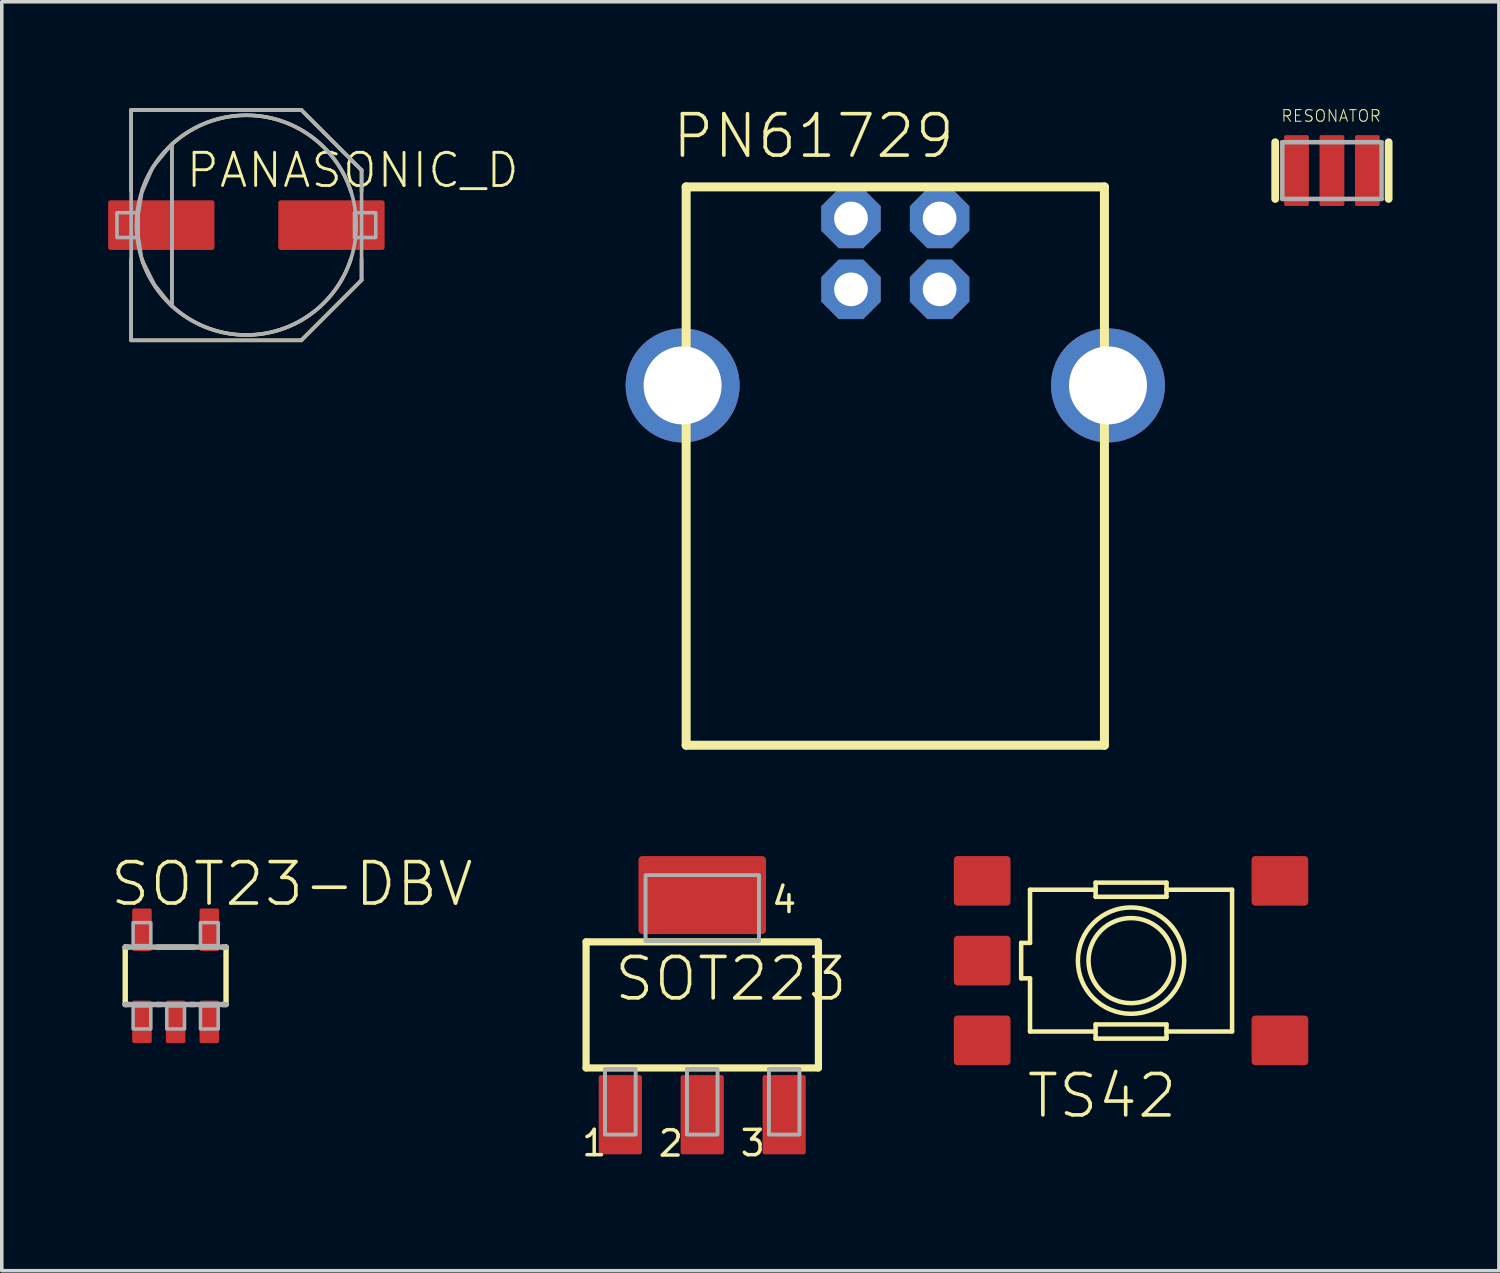
<source format=kicad_pcb>
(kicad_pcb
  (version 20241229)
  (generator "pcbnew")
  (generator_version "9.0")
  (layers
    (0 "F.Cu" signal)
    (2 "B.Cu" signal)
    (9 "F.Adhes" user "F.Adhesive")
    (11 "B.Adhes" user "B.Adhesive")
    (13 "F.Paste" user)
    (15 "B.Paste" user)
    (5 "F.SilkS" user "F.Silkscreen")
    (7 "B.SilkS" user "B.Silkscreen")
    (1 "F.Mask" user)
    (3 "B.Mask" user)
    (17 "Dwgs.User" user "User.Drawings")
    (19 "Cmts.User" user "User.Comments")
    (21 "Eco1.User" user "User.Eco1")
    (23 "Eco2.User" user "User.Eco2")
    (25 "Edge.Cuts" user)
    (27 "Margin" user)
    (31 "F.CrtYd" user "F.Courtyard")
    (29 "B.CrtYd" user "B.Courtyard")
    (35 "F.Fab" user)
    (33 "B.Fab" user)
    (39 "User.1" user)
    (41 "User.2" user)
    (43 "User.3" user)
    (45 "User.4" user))
  (footprint "PANASONIC_D"
    (layer "F.Cu")
    (at 3.9 3.301)
    (property "Reference" "PANASONIC_D" (at -1.75 -1 0) (unlocked yes) (layer "F.SilkS") (effects (font (size 0.935 0.935) (thickness 0.081)) (justify left bottom)))
    (fp_line (start -3.25 -3.25) (end 1.55 -3.25) (stroke (width 0.102) (type solid)) (layer "F.SilkS"))
    (fp_line (start -3.25 -0.95) (end -3.25 -3.25) (stroke (width 0.102) (type solid)) (layer "F.SilkS"))
    (fp_line (start -3.25 3.25) (end -3.25 0.95) (stroke (width 0.102) (type solid)) (layer "F.SilkS"))
    (fp_line (start 1.55 -3.25) (end 3.25 -1.55) (stroke (width 0.102) (type solid)) (layer "F.SilkS"))
    (fp_line (start 1.55 3.25) (end -3.25 3.25) (stroke (width 0.102) (type solid)) (layer "F.SilkS"))
    (fp_line (start 3.25 -1.55) (end 3.25 -0.95) (stroke (width 0.102) (type solid)) (layer "F.SilkS"))
    (fp_line (start 3.25 0.95) (end 3.25 1.55) (stroke (width 0.102) (type solid)) (layer "F.SilkS"))
    (fp_line (start 3.25 1.55) (end 1.55 3.25) (stroke (width 0.102) (type solid)) (layer "F.SilkS"))
    (fp_arc (start -2.95 -0.95) (mid 0 -3.099193) (end 2.95 -0.95) (stroke (width 0.1016) (type solid)) (layer "F.SilkS"))
    (fp_arc (start 2.95 0.95) (mid 0 3.099193) (end -2.95 0.95) (stroke (width 0.1016) (type solid)) (layer "F.SilkS"))
    (fp_line (start -3.25 -3.25) (end 1.55 -3.25) (stroke (width 0.102) (type solid)) (layer "F.Fab"))
    (fp_line (start -3.25 3.25) (end -3.25 -3.25) (stroke (width 0.102) (type solid)) (layer "F.Fab"))
    (fp_line (start -2.1 -2.25) (end -2.1 2.2) (stroke (width 0.102) (type solid)) (layer "F.Fab"))
    (fp_line (start 1.55 -3.25) (end 3.25 -1.55) (stroke (width 0.102) (type solid)) (layer "F.Fab"))
    (fp_line (start 1.55 3.25) (end -3.25 3.25) (stroke (width 0.102) (type solid)) (layer "F.Fab"))
    (fp_line (start 3.25 -1.55) (end 3.25 1.55) (stroke (width 0.102) (type solid)) (layer "F.Fab"))
    (fp_line (start 3.25 1.55) (end 1.55 3.25) (stroke (width 0.102) (type solid)) (layer "F.Fab"))
    (fp_circle (center 0 0) (end 3.1 0) (stroke (width 0.102) (type solid)) (fill no) (layer "F.Fab"))
    (fp_poly (pts (xy -3.65 0.35) (xy -3.05 0.35) (xy -3.05 -0.35) (xy -3.65 -0.35)) (stroke (width 0.1) (type default)) (fill no) (layer "F.Fab"))
    (fp_poly (pts (xy 3.05 0.35) (xy 3.65 0.35) (xy 3.65 -0.35) (xy 3.05 -0.35)) (stroke (width 0.1) (type default)) (fill no) (layer "F.Fab"))
    (fp_poly (pts (xy -2.099 2.295) (xy -2.593 1.678) (xy -2.949 0.966) (xy -3.101 -0.00022) (xy -2.949 -0.914) (xy -2.644 -1.627) (xy -2.099 -2.292)) (stroke (width 0.1) (type default)) (fill no) (layer "F.Fab"))
    (pad "+" smd roundrect (at 2.4 0) (size 3 1.4) (layers "F.Cu" "F.Mask" "F.Paste") (roundrect_rratio 0.05))
    (pad "-" smd roundrect (at -2.4 0) (size 3 1.4) (layers "F.Cu" "F.Mask" "F.Paste") (roundrect_rratio 0.05)))
  (footprint "SOT223"
    (layer "F.Cu")
    (at 16.761 25.299)
    (property "Reference" "SOT223" (at -2.54 -0.051 0) (unlocked yes) (layer "F.SilkS") (effects (font (size 1.168 1.168) (thickness 0.102)) (justify left bottom)))
    (fp_line (start -3.277 -1.778) (end 3.277 -1.778) (stroke (width 0.203) (type solid)) (layer "F.SilkS"))
    (fp_line (start -3.277 1.778) (end -3.277 -1.778) (stroke (width 0.203) (type solid)) (layer "F.SilkS"))
    (fp_line (start 3.277 -1.778) (end 3.277 1.778) (stroke (width 0.203) (type solid)) (layer "F.SilkS"))
    (fp_line (start 3.277 1.778) (end -3.277 1.778) (stroke (width 0.203) (type solid)) (layer "F.SilkS"))
    (fp_poly (pts (xy -2.743 3.658) (xy -1.88 3.658) (xy -1.88 1.803) (xy -2.743 1.803)) (stroke (width 0.1) (type default)) (fill no) (layer "F.Fab"))
    (fp_poly (pts (xy -2.743 3.658) (xy -1.88 3.658) (xy -1.88 1.803) (xy -2.743 1.803)) (stroke (width 0.1) (type default)) (fill no) (layer "F.Fab"))
    (fp_poly (pts (xy -1.6 -1.803) (xy 1.6 -1.803) (xy 1.6 -3.658) (xy -1.6 -3.658)) (stroke (width 0.1) (type default)) (fill no) (layer "F.Fab"))
    (fp_poly (pts (xy -1.6 -1.803) (xy 1.6 -1.803) (xy 1.6 -3.658) (xy -1.6 -3.658)) (stroke (width 0.1) (type default)) (fill no) (layer "F.Fab"))
    (fp_poly (pts (xy -0.432 3.658) (xy 0.432 3.658) (xy 0.432 1.803) (xy -0.432 1.803)) (stroke (width 0.1) (type default)) (fill no) (layer "F.Fab"))
    (fp_poly (pts (xy -0.432 3.658) (xy 0.432 3.658) (xy 0.432 1.803) (xy -0.432 1.803)) (stroke (width 0.1) (type default)) (fill no) (layer "F.Fab"))
    (fp_poly (pts (xy 1.88 3.658) (xy 2.743 3.658) (xy 2.743 1.803) (xy 1.88 1.803)) (stroke (width 0.1) (type default)) (fill no) (layer "F.Fab"))
    (fp_poly (pts (xy 1.88 3.658) (xy 2.743 3.658) (xy 2.743 1.803) (xy 1.88 1.803)) (stroke (width 0.1) (type default)) (fill no) (layer "F.Fab"))
    (fp_text user "2" (at -1.291 4.327 0) (unlocked yes) (layer "F.SilkS") (effects (font (size 0.715 0.715) (thickness 0.098)) (justify left bottom)))
    (fp_text user "1" (at -3.453 4.318 0) (unlocked yes) (layer "F.SilkS") (effects (font (size 0.715 0.715) (thickness 0.098)) (justify left bottom)))
    (fp_text user "4" (at 1.905 -2.54 0) (unlocked yes) (layer "F.SilkS") (effects (font (size 0.715 0.715) (thickness 0.098)) (justify left bottom)))
    (fp_text user "3" (at 1.021 4.318 0) (unlocked yes) (layer "F.SilkS") (effects (font (size 0.715 0.715) (thickness 0.098)) (justify left bottom)))
    (pad "1" smd roundrect (at -2.311 3.099) (size 1.219 2.235) (layers "F.Cu" "F.Mask" "F.Paste") (roundrect_rratio 0.05))
    (pad "2" smd roundrect (at 0 3.099) (size 1.219 2.235) (layers "F.Cu" "F.Mask" "F.Paste") (roundrect_rratio 0.05))
    (pad "3" smd roundrect (at 2.311 3.099) (size 1.219 2.235) (layers "F.Cu" "F.Mask" "F.Paste") (roundrect_rratio 0.05))
    (pad "4" smd roundrect (at 0 -3.099) (size 3.6 2.2) (layers "F.Cu" "F.Mask" "F.Paste") (roundrect_rratio 0.05)))
  (footprint "SOT23-DBV"
    (layer "F.Cu")
    (at 1.905 24.478)
    (property "Reference" "SOT23-DBV" (at -1.905 -1.905 0) (unlocked yes) (layer "F.SilkS") (effects (font (size 1.168 1.168) (thickness 0.102)) (justify left bottom)))
    (fp_line (start -1.422 -0.81) (end -1.328 -0.81) (stroke (width 0.152) (type solid)) (layer "F.SilkS"))
    (fp_line (start -1.422 0.81) (end -1.422 -0.81) (stroke (width 0.152) (type solid)) (layer "F.SilkS"))
    (fp_line (start -1.328 0.81) (end -1.422 0.81) (stroke (width 0.152) (type solid)) (layer "F.SilkS"))
    (fp_line (start -0.522 -0.81) (end 0.522 -0.81) (stroke (width 0.152) (type solid)) (layer "F.SilkS"))
    (fp_line (start -0.428 0.81) (end -0.522 0.81) (stroke (width 0.152) (type solid)) (layer "F.SilkS"))
    (fp_line (start 0.522 0.81) (end 0.428 0.81) (stroke (width 0.152) (type solid)) (layer "F.SilkS"))
    (fp_line (start 1.328 -0.81) (end 1.422 -0.81) (stroke (width 0.152) (type solid)) (layer "F.SilkS"))
    (fp_line (start 1.422 -0.81) (end 1.422 0.81) (stroke (width 0.152) (type solid)) (layer "F.SilkS"))
    (fp_line (start 1.422 0.81) (end 1.328 0.81) (stroke (width 0.152) (type solid)) (layer "F.SilkS"))
    (fp_line (start -1.422 -0.81) (end 1.422 -0.81) (stroke (width 0.152) (type solid)) (layer "F.Fab"))
    (fp_line (start 1.422 0.81) (end -1.422 0.81) (stroke (width 0.152) (type solid)) (layer "F.Fab"))
    (fp_poly (pts (xy -1.2 -0.85) (xy -0.7 -0.85) (xy -0.7 -1.5) (xy -1.2 -1.5)) (stroke (width 0.1) (type default)) (fill no) (layer "F.Fab"))
    (fp_poly (pts (xy -1.2 1.5) (xy -0.7 1.5) (xy -0.7 0.85) (xy -1.2 0.85)) (stroke (width 0.1) (type default)) (fill no) (layer "F.Fab"))
    (fp_poly (pts (xy -0.25 1.5) (xy 0.25 1.5) (xy 0.25 0.85) (xy -0.25 0.85)) (stroke (width 0.1) (type default)) (fill no) (layer "F.Fab"))
    (fp_poly (pts (xy 0.7 -0.85) (xy 1.2 -0.85) (xy 1.2 -1.5) (xy 0.7 -1.5)) (stroke (width 0.1) (type default)) (fill no) (layer "F.Fab"))
    (fp_poly (pts (xy 0.7 1.5) (xy 1.2 1.5) (xy 1.2 0.85) (xy 0.7 0.85)) (stroke (width 0.1) (type default)) (fill no) (layer "F.Fab"))
    (pad "1" smd roundrect (at -0.95 1.3) (size 0.55 1.2) (layers "F.Cu" "F.Mask" "F.Paste") (roundrect_rratio 0.092))
    (pad "2" smd roundrect (at 0 1.3) (size 0.55 1.2) (layers "F.Cu" "F.Mask" "F.Paste") (roundrect_rratio 0.092))
    (pad "3" smd roundrect (at 0.95 1.3) (size 0.55 1.2) (layers "F.Cu" "F.Mask" "F.Paste") (roundrect_rratio 0.092))
    (pad "4" smd roundrect (at 0.95 -1.3) (size 0.55 1.2) (layers "F.Cu" "F.Mask" "F.Paste") (roundrect_rratio 0.092))
    (pad "5" smd roundrect (at -0.95 -1.3) (size 0.55 1.2) (layers "F.Cu" "F.Mask" "F.Paste") (roundrect_rratio 0.092)))
  (footprint "PN61729"
    (layer "F.Cu")
    (at 22.207 7.823)
    (property "Reference" "PN61729" (at -6.35 -6.35 0) (unlocked yes) (layer "F.SilkS") (effects (font (size 1.168 1.168) (thickness 0.102)) (justify left bottom)))
    (fp_line (start -5.9 -5.6) (end -5.9 10.15) (stroke (width 0.254) (type solid)) (layer "F.SilkS"))
    (fp_line (start -5.9 10.15) (end 5.9 10.15) (stroke (width 0.254) (type solid)) (layer "F.SilkS"))
    (fp_line (start 5.9 -5.6) (end -5.9 -5.6) (stroke (width 0.254) (type solid)) (layer "F.SilkS"))
    (fp_line (start 5.9 10.15) (end 5.9 -5.6) (stroke (width 0.254) (type solid)) (layer "F.SilkS"))
    (pad "1" thru_hole roundrect (at 1.25 -4.71) (size 1.676 1.676) (drill 0.95) (layers "*.Cu" "*.Mask") (roundrect_rratio 0.25) (chamfer_ratio 0.293) (chamfer top_left top_right bottom_left bottom_right))
    (pad "2" thru_hole roundrect (at -1.25 -4.71) (size 1.676 1.676) (drill 0.95) (layers "*.Cu" "*.Mask") (roundrect_rratio 0.25) (chamfer_ratio 0.293) (chamfer top_left top_right bottom_left bottom_right))
    (pad "3" thru_hole roundrect (at -1.25 -2.71) (size 1.676 1.676) (drill 0.95) (layers "*.Cu" "*.Mask") (roundrect_rratio 0.25) (chamfer_ratio 0.293) (chamfer top_left top_right bottom_left bottom_right))
    (pad "4" thru_hole roundrect (at 1.25 -2.71) (size 1.676 1.676) (drill 0.95) (layers "*.Cu" "*.Mask") (roundrect_rratio 0.25) (chamfer_ratio 0.293) (chamfer top_left top_right bottom_left bottom_right))
    (pad "P$1" thru_hole circle (at -6 0) (size 3.216 3.216) (drill 2.2) (layers "*.Cu" "*.Mask"))
    (pad "P$2" thru_hole circle (at 6 0) (size 3.216 3.216) (drill 2.2) (layers "*.Cu" "*.Mask")))
  (footprint "TS42"
    (layer "F.Cu")
    (at 28.858 24.05)
    (property "Reference" "TS42" (at -3 4.5 0) (unlocked yes) (layer "F.SilkS") (effects (font (size 1.168 1.168) (thickness 0.102)) (justify left bottom)))
    (fp_line (start -3.1 -0.5) (end -3.1 0.5) (stroke (width 0.127) (type solid)) (layer "F.SilkS"))
    (fp_line (start -3.1 0.5) (end -2.85 0.5) (stroke (width 0.127) (type solid)) (layer "F.SilkS"))
    (fp_line (start -2.85 -2) (end -2.85 -0.5) (stroke (width 0.127) (type solid)) (layer "F.SilkS"))
    (fp_line (start -2.85 -2) (end -1 -2) (stroke (width 0.127) (type solid)) (layer "F.SilkS"))
    (fp_line (start -2.85 -0.5) (end -3.1 -0.5) (stroke (width 0.127) (type solid)) (layer "F.SilkS"))
    (fp_line (start -2.85 0.5) (end -2.85 2) (stroke (width 0.127) (type solid)) (layer "F.SilkS"))
    (fp_line (start -1 -2.2) (end -1 -2) (stroke (width 0.127) (type solid)) (layer "F.SilkS"))
    (fp_line (start -1 -2) (end -1 -1.8) (stroke (width 0.127) (type solid)) (layer "F.SilkS"))
    (fp_line (start -1 -1.8) (end 1 -1.8) (stroke (width 0.127) (type solid)) (layer "F.SilkS"))
    (fp_line (start -1 1.8) (end -1 2) (stroke (width 0.127) (type solid)) (layer "F.SilkS"))
    (fp_line (start -1 2) (end -2.85 2) (stroke (width 0.127) (type solid)) (layer "F.SilkS"))
    (fp_line (start -1 2) (end -1 2.2) (stroke (width 0.127) (type solid)) (layer "F.SilkS"))
    (fp_line (start -1 2.2) (end 1 2.2) (stroke (width 0.127) (type solid)) (layer "F.SilkS"))
    (fp_line (start 1 -2.2) (end -1 -2.2) (stroke (width 0.127) (type solid)) (layer "F.SilkS"))
    (fp_line (start 1 -2) (end 1 -2.2) (stroke (width 0.127) (type solid)) (layer "F.SilkS"))
    (fp_line (start 1 -2) (end 2.85 -2) (stroke (width 0.127) (type solid)) (layer "F.SilkS"))
    (fp_line (start 1 -1.8) (end 1 -2) (stroke (width 0.127) (type solid)) (layer "F.SilkS"))
    (fp_line (start 1 1.8) (end -1 1.8) (stroke (width 0.127) (type solid)) (layer "F.SilkS"))
    (fp_line (start 1 2) (end 1 1.8) (stroke (width 0.127) (type solid)) (layer "F.SilkS"))
    (fp_line (start 1 2) (end 2.85 2) (stroke (width 0.127) (type solid)) (layer "F.SilkS"))
    (fp_line (start 1 2.2) (end 1 2) (stroke (width 0.127) (type solid)) (layer "F.SilkS"))
    (fp_line (start 2.85 2) (end 2.85 -2) (stroke (width 0.127) (type solid)) (layer "F.SilkS"))
    (fp_circle (center 0 0) (end 1.2 0) (stroke (width 0.127) (type solid)) (fill no) (layer "F.SilkS"))
    (fp_circle (center 0 0) (end 1.5 0) (stroke (width 0.127) (type solid)) (fill no) (layer "F.SilkS"))
    (fp_poly (pts (xy -4.699 0.381) (xy -3.81 0.381) (xy -3.81 -0.381) (xy -4.699 -0.381)) (stroke (width 0) (type default)) (fill yes) (layer "F.Paste"))
    (pad "1" smd roundrect (at -4.2 -2.25) (size 1.6 1.4) (layers "F.Cu" "F.Mask" "F.Paste") (roundrect_rratio 0.075))
    (pad "2" smd roundrect (at 4.2 -2.25) (size 1.6 1.4) (layers "F.Cu" "F.Mask" "F.Paste") (roundrect_rratio 0.075))
    (pad "3" smd roundrect (at -4.2 2.25) (size 1.6 1.4) (layers "F.Cu" "F.Mask" "F.Paste") (roundrect_rratio 0.075))
    (pad "4" smd roundrect (at 4.2 2.25) (size 1.6 1.4) (layers "F.Cu" "F.Mask" "F.Paste") (roundrect_rratio 0.075))
    (pad "5" smd roundrect (at -4.2 0) (size 1.6 1.4) (layers "F.Cu" "F.Mask") (roundrect_rratio 0.075)))
  (footprint "RESONATOR"
    (layer "F.Cu")
    (at 34.525 1.762)
    (property "Reference" "RESONATOR" (at -1.45 -1.35 0) (unlocked yes) (layer "F.SilkS") (effects (font (size 0.327 0.327) (thickness 0.028)) (justify left bottom)))
    (fp_line (start -1.6 -0.8) (end -1.6 0.8) (stroke (width 0.22) (type solid)) (layer "F.SilkS"))
    (fp_line (start 1.6 -0.8) (end 1.6 0.8) (stroke (width 0.22) (type solid)) (layer "F.SilkS"))
    (fp_line (start -1.4 -0.8) (end 1.4 -0.8) (stroke (width 0.127) (type solid)) (layer "F.Fab"))
    (fp_line (start -1.4 0.8) (end -1.4 -0.8) (stroke (width 0.127) (type solid)) (layer "F.Fab"))
    (fp_line (start 1.4 -0.8) (end 1.4 0.8) (stroke (width 0.127) (type solid)) (layer "F.Fab"))
    (fp_line (start 1.4 0.8) (end -1.4 0.8) (stroke (width 0.127) (type solid)) (layer "F.Fab"))
    (pad "1" smd roundrect (at -1 0 90) (size 2 0.7) (layers "F.Cu" "F.Mask" "F.Paste") (roundrect_rratio 0.073))
    (pad "2" smd roundrect (at 0 0 90) (size 2 0.7) (layers "F.Cu" "F.Mask" "F.Paste") (roundrect_rratio 0.073))
    (pad "3" smd roundrect (at 1 0 90) (size 2 0.7) (layers "F.Cu" "F.Mask" "F.Paste") (roundrect_rratio 0.073)))
  (gr_rect
    (start -3 -3)
    (end 39.235 32.798)
    (stroke (width 0.1) (type default))
    (fill no)
    (layer "Edge.Cuts")))
</source>
